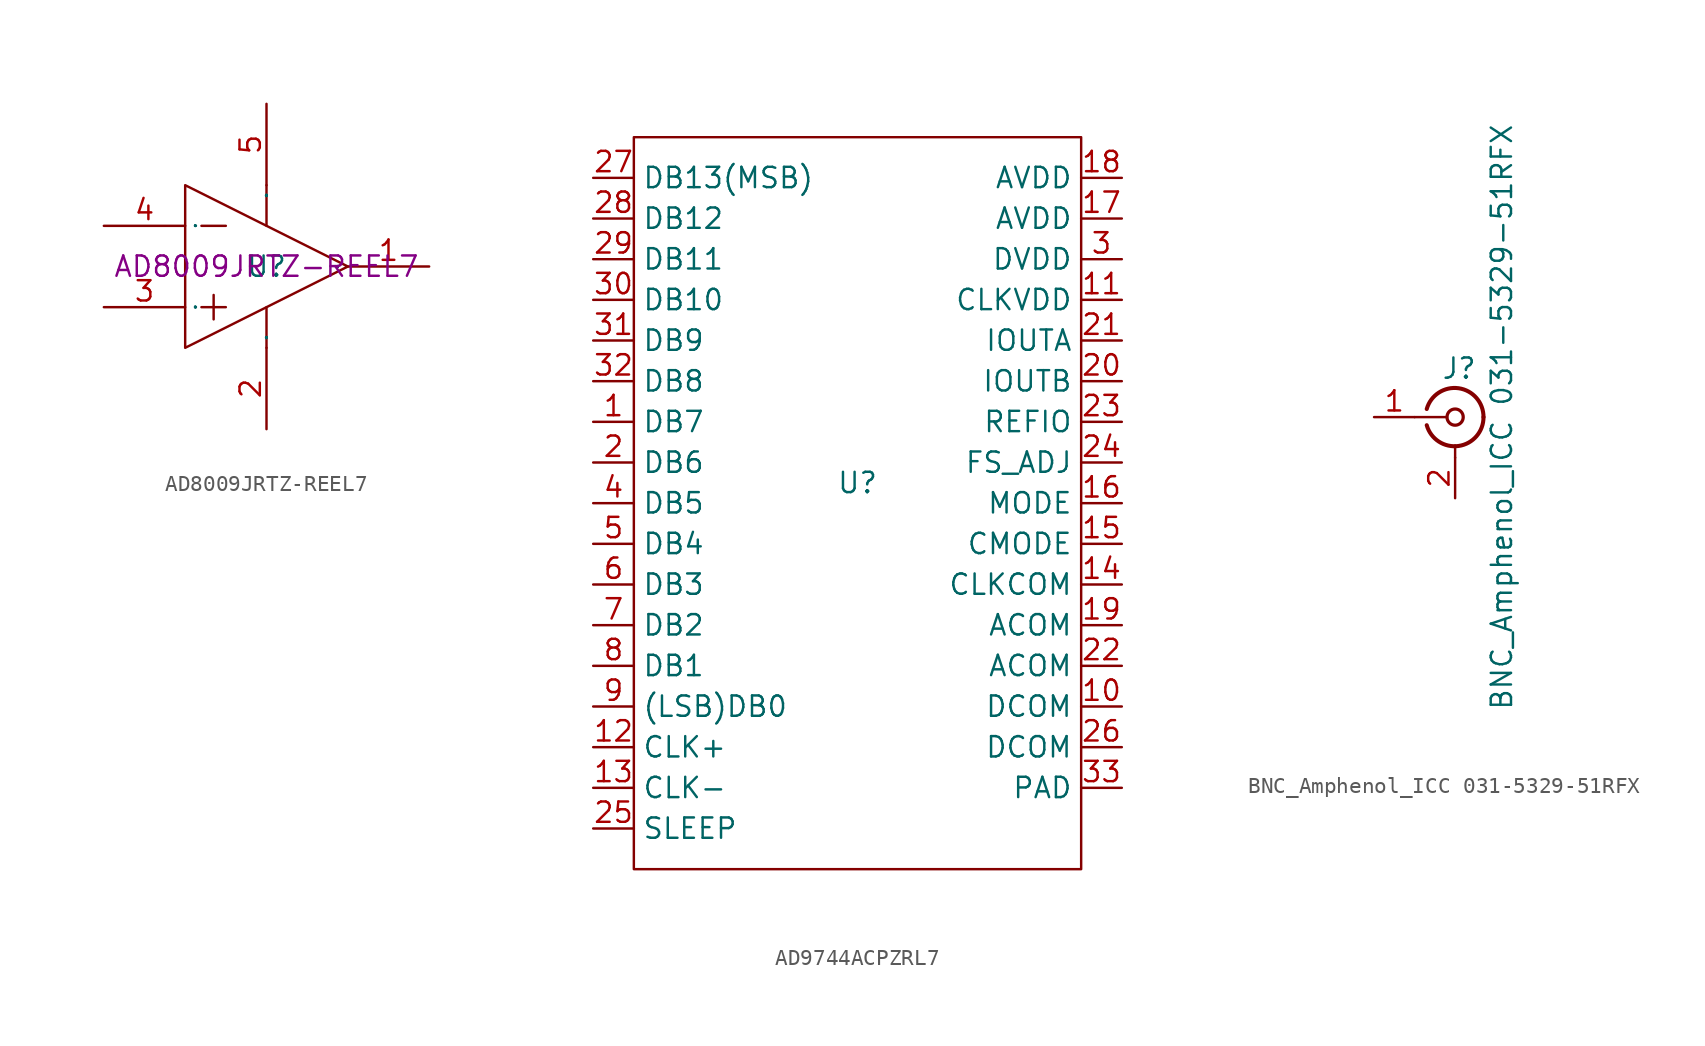
<source format=kicad_sym>
(kicad_symbol_lib
  (version 20241209)
  (generator "kicad_symbol_editor")
  (generator_version "9.0")
  (symbol "AD8009JRTZ-REEL7"
    (property "Reference" "U"
      (at 0 0 0)
      (effects (font (size 1.27 1.27))))
    (property "Value" ""
      (at 0 0 0)
      (effects (font (size 1.27 1.27))))
    (property "Manufacturer Part" "AD8009JRTZ-REEL7"
      (at 0 0 0)
      (effects (font (size 1.27 1.27))))
    (symbol "AD8009JRTZ-REEL7_1_0"
      (polyline (pts (xy -5.08 -5.08) (xy 5.08 0) (xy 5.08 0) (xy -5.08 5.08) (xy -5.08 5.08) (xy -5.08 -5.08)) (stroke (width 0) (type default)) (fill (type none)))
      (polyline (pts (xy -4.064 2.54) (xy -2.54 2.54)) (stroke (width 0) (type default)) (fill (type none)))
      (polyline (pts (xy -4.064 -2.54) (xy -2.54 -2.54)) (stroke (width 0) (type default)) (fill (type none)))
      (polyline (pts (xy -3.302 -1.778) (xy -3.302 -3.302)) (stroke (width 0) (type default)) (fill (type none)))
      (polyline (pts (xy 0 5.08) (xy 0 2.54)) (stroke (width 0) (type default)) (fill (type none)))
      (polyline (pts (xy 0 -2.54) (xy 0 -5.08)) (stroke (width 0) (type default)) (fill (type none)))
      (pin unspecified line (at -10.16 2.54 0) (length 5.08) (name "IN-" (effects (font (size 0.025 0.025)))) (number "4" (effects (font (size 1.27 1.27)))))
      (pin unspecified line (at -10.16 -2.54 0) (length 5.08) (name "IN+" (effects (font (size 0.025 0.025)))) (number "3" (effects (font (size 1.27 1.27)))))
      (pin unspecified line (at 0 10.16 270) (length 5.08) (name "VCC" (effects (font (size 0.025 0.025)))) (number "5" (effects (font (size 1.27 1.27)))))
      (pin unspecified line (at 0 -10.16 90) (length 5.08) (name "VEE" (effects (font (size 0.025 0.025)))) (number "2" (effects (font (size 1.27 1.27)))))
      (pin unspecified line (at 10.16 0 180) (length 5.08) (name "OUT" (effects (font (size 0.025 0.025)))) (number "1" (effects (font (size 1.27 1.27)))))))
  (symbol "AD9744ACPZRL7"
    (property "Reference" "U"
      (at 0 0 0)
      (effects (font (size 1.27 1.27))))
    (property "Value" ""
      (at 0 0 0)
      (effects (font (size 1.27 1.27))))
    (symbol "AD9744ACPZRL7_1_0"
      (rectangle (start -13.97 21.59) (end 13.97 -24.13) (stroke (width 0) (type default)) (fill (type none)))
      (pin unspecified line (at -16.51 19.05 0) (length 2.54) (name "DB13(MSB)" (effects (font (size 1.27 1.27)))) (number "27" (effects (font (size 1.27 1.27)))))
      (pin unspecified line (at -16.51 16.51 0) (length 2.54) (name "DB12" (effects (font (size 1.27 1.27)))) (number "28" (effects (font (size 1.27 1.27)))))
      (pin unspecified line (at -16.51 13.97 0) (length 2.54) (name "DB11" (effects (font (size 1.27 1.27)))) (number "29" (effects (font (size 1.27 1.27)))))
      (pin unspecified line (at -16.51 11.43 0) (length 2.54) (name "DB10" (effects (font (size 1.27 1.27)))) (number "30" (effects (font (size 1.27 1.27)))))
      (pin unspecified line (at -16.51 8.89 0) (length 2.54) (name "DB9" (effects (font (size 1.27 1.27)))) (number "31" (effects (font (size 1.27 1.27)))))
      (pin unspecified line (at -16.51 6.35 0) (length 2.54) (name "DB8" (effects (font (size 1.27 1.27)))) (number "32" (effects (font (size 1.27 1.27)))))
      (pin unspecified line (at -16.51 3.81 0) (length 2.54) (name "DB7" (effects (font (size 1.27 1.27)))) (number "1" (effects (font (size 1.27 1.27)))))
      (pin unspecified line (at -16.51 1.27 0) (length 2.54) (name "DB6" (effects (font (size 1.27 1.27)))) (number "2" (effects (font (size 1.27 1.27)))))
      (pin unspecified line (at -16.51 -1.27 0) (length 2.54) (name "DB5" (effects (font (size 1.27 1.27)))) (number "4" (effects (font (size 1.27 1.27)))))
      (pin unspecified line (at -16.51 -3.81 0) (length 2.54) (name "DB4" (effects (font (size 1.27 1.27)))) (number "5" (effects (font (size 1.27 1.27)))))
      (pin unspecified line (at -16.51 -6.35 0) (length 2.54) (name "DB3" (effects (font (size 1.27 1.27)))) (number "6" (effects (font (size 1.27 1.27)))))
      (pin unspecified line (at -16.51 -8.89 0) (length 2.54) (name "DB2" (effects (font (size 1.27 1.27)))) (number "7" (effects (font (size 1.27 1.27)))))
      (pin unspecified line (at -16.51 -11.43 0) (length 2.54) (name "DB1" (effects (font (size 1.27 1.27)))) (number "8" (effects (font (size 1.27 1.27)))))
      (pin unspecified line (at -16.51 -13.97 0) (length 2.54) (name "(LSB)DB0" (effects (font (size 1.27 1.27)))) (number "9" (effects (font (size 1.27 1.27)))))
      (pin unspecified line (at -16.51 -16.51 0) (length 2.54) (name "CLK+" (effects (font (size 1.27 1.27)))) (number "12" (effects (font (size 1.27 1.27)))))
      (pin unspecified line (at -16.51 -19.05 0) (length 2.54) (name "CLK-" (effects (font (size 1.27 1.27)))) (number "13" (effects (font (size 1.27 1.27)))))
      (pin unspecified line (at -16.51 -21.59 0) (length 2.54) (name "SLEEP" (effects (font (size 1.27 1.27)))) (number "25" (effects (font (size 1.27 1.27)))))
      (pin unspecified line (at 16.51 19.05 180) (length 2.54) (name "AVDD" (effects (font (size 1.27 1.27)))) (number "18" (effects (font (size 1.27 1.27)))))
      (pin unspecified line (at 16.51 16.51 180) (length 2.54) (name "AVDD" (effects (font (size 1.27 1.27)))) (number "17" (effects (font (size 1.27 1.27)))))
      (pin unspecified line (at 16.51 13.97 180) (length 2.54) (name "DVDD" (effects (font (size 1.27 1.27)))) (number "3" (effects (font (size 1.27 1.27)))))
      (pin unspecified line (at 16.51 11.43 180) (length 2.54) (name "CLKVDD" (effects (font (size 1.27 1.27)))) (number "11" (effects (font (size 1.27 1.27)))))
      (pin unspecified line (at 16.51 8.89 180) (length 2.54) (name "IOUTA" (effects (font (size 1.27 1.27)))) (number "21" (effects (font (size 1.27 1.27)))))
      (pin unspecified line (at 16.51 6.35 180) (length 2.54) (name "IOUTB" (effects (font (size 1.27 1.27)))) (number "20" (effects (font (size 1.27 1.27)))))
      (pin unspecified line (at 16.51 3.81 180) (length 2.54) (name "REFIO" (effects (font (size 1.27 1.27)))) (number "23" (effects (font (size 1.27 1.27)))))
      (pin unspecified line (at 16.51 1.27 180) (length 2.54) (name "FS_ADJ" (effects (font (size 1.27 1.27)))) (number "24" (effects (font (size 1.27 1.27)))))
      (pin unspecified line (at 16.51 -1.27 180) (length 2.54) (name "MODE" (effects (font (size 1.27 1.27)))) (number "16" (effects (font (size 1.27 1.27)))))
      (pin unspecified line (at 16.51 -3.81 180) (length 2.54) (name "CMODE" (effects (font (size 1.27 1.27)))) (number "15" (effects (font (size 1.27 1.27)))))
      (pin unspecified line (at 16.51 -6.35 180) (length 2.54) (name "CLKCOM" (effects (font (size 1.27 1.27)))) (number "14" (effects (font (size 1.27 1.27)))))
      (pin unspecified line (at 16.51 -8.89 180) (length 2.54) (name "ACOM" (effects (font (size 1.27 1.27)))) (number "19" (effects (font (size 1.27 1.27)))))
      (pin unspecified line (at 16.51 -11.43 180) (length 2.54) (name "ACOM" (effects (font (size 1.27 1.27)))) (number "22" (effects (font (size 1.27 1.27)))))
      (pin unspecified line (at 16.51 -13.97 180) (length 2.54) (name "DCOM" (effects (font (size 1.27 1.27)))) (number "10" (effects (font (size 1.27 1.27)))))
      (pin unspecified line (at 16.51 -16.51 180) (length 2.54) (name "DCOM" (effects (font (size 1.27 1.27)))) (number "26" (effects (font (size 1.27 1.27)))))
      (pin unspecified line (at 16.51 -19.05 180) (length 2.54) (name "PAD" (effects (font (size 1.27 1.27)))) (number "33" (effects (font (size 1.27 1.27)))))))
  (symbol "BNC_Amphenol_ICC 031-5329-51RFX"
    (pin_names
      (offset 1.016)
      (hide yes))
    (property "Reference" "J"
      (at 0.254 3.048 0)
      (effects (font (size 1.27 1.27))))
    (property "Value" "BNC_Amphenol_ICC 031-5329-51RFX"
      (at 2.921 0 90)
      (effects (font (size 1.27 1.27))))
    (symbol "BNC_Amphenol_ICC 031-5329-51RFX_0_1"
      (polyline (pts (xy -2.54 0) (xy -0.508 0)) (stroke (width 0) (type default)) (fill (type none)))
      (arc (start 1.778 0) (mid 0.222 -1.8079) (end -1.778 -0.508) (stroke (width 0.254) (type default)) (fill (type none)))
      (arc (start -1.778 0.508) (mid 0.2221 1.8084) (end 1.778 0) (stroke (width 0.254) (type default)) (fill (type none)))
      (circle (center 0 0) (radius 0.508) (stroke (width 0.203) (type default)) (fill (type none)))
      (polyline (pts (xy 0 -2.54) (xy 0 -1.778)) (stroke (width 0) (type default)) (fill (type none))))
    (symbol "BNC_Amphenol_ICC 031-5329-51RFX_1_1"
      (pin passive line (at -5.08 0 0) (length 2.54) (name "In" (effects (font (size 1.27 1.27)))) (number "1" (effects (font (size 1.27 1.27)))))
      (pin passive line (at 0 -5.08 90) (length 2.54) (name "Ext" (effects (font (size 1.27 1.27)))) (number "2" (effects (font (size 1.27 1.27))))))))
</source>
